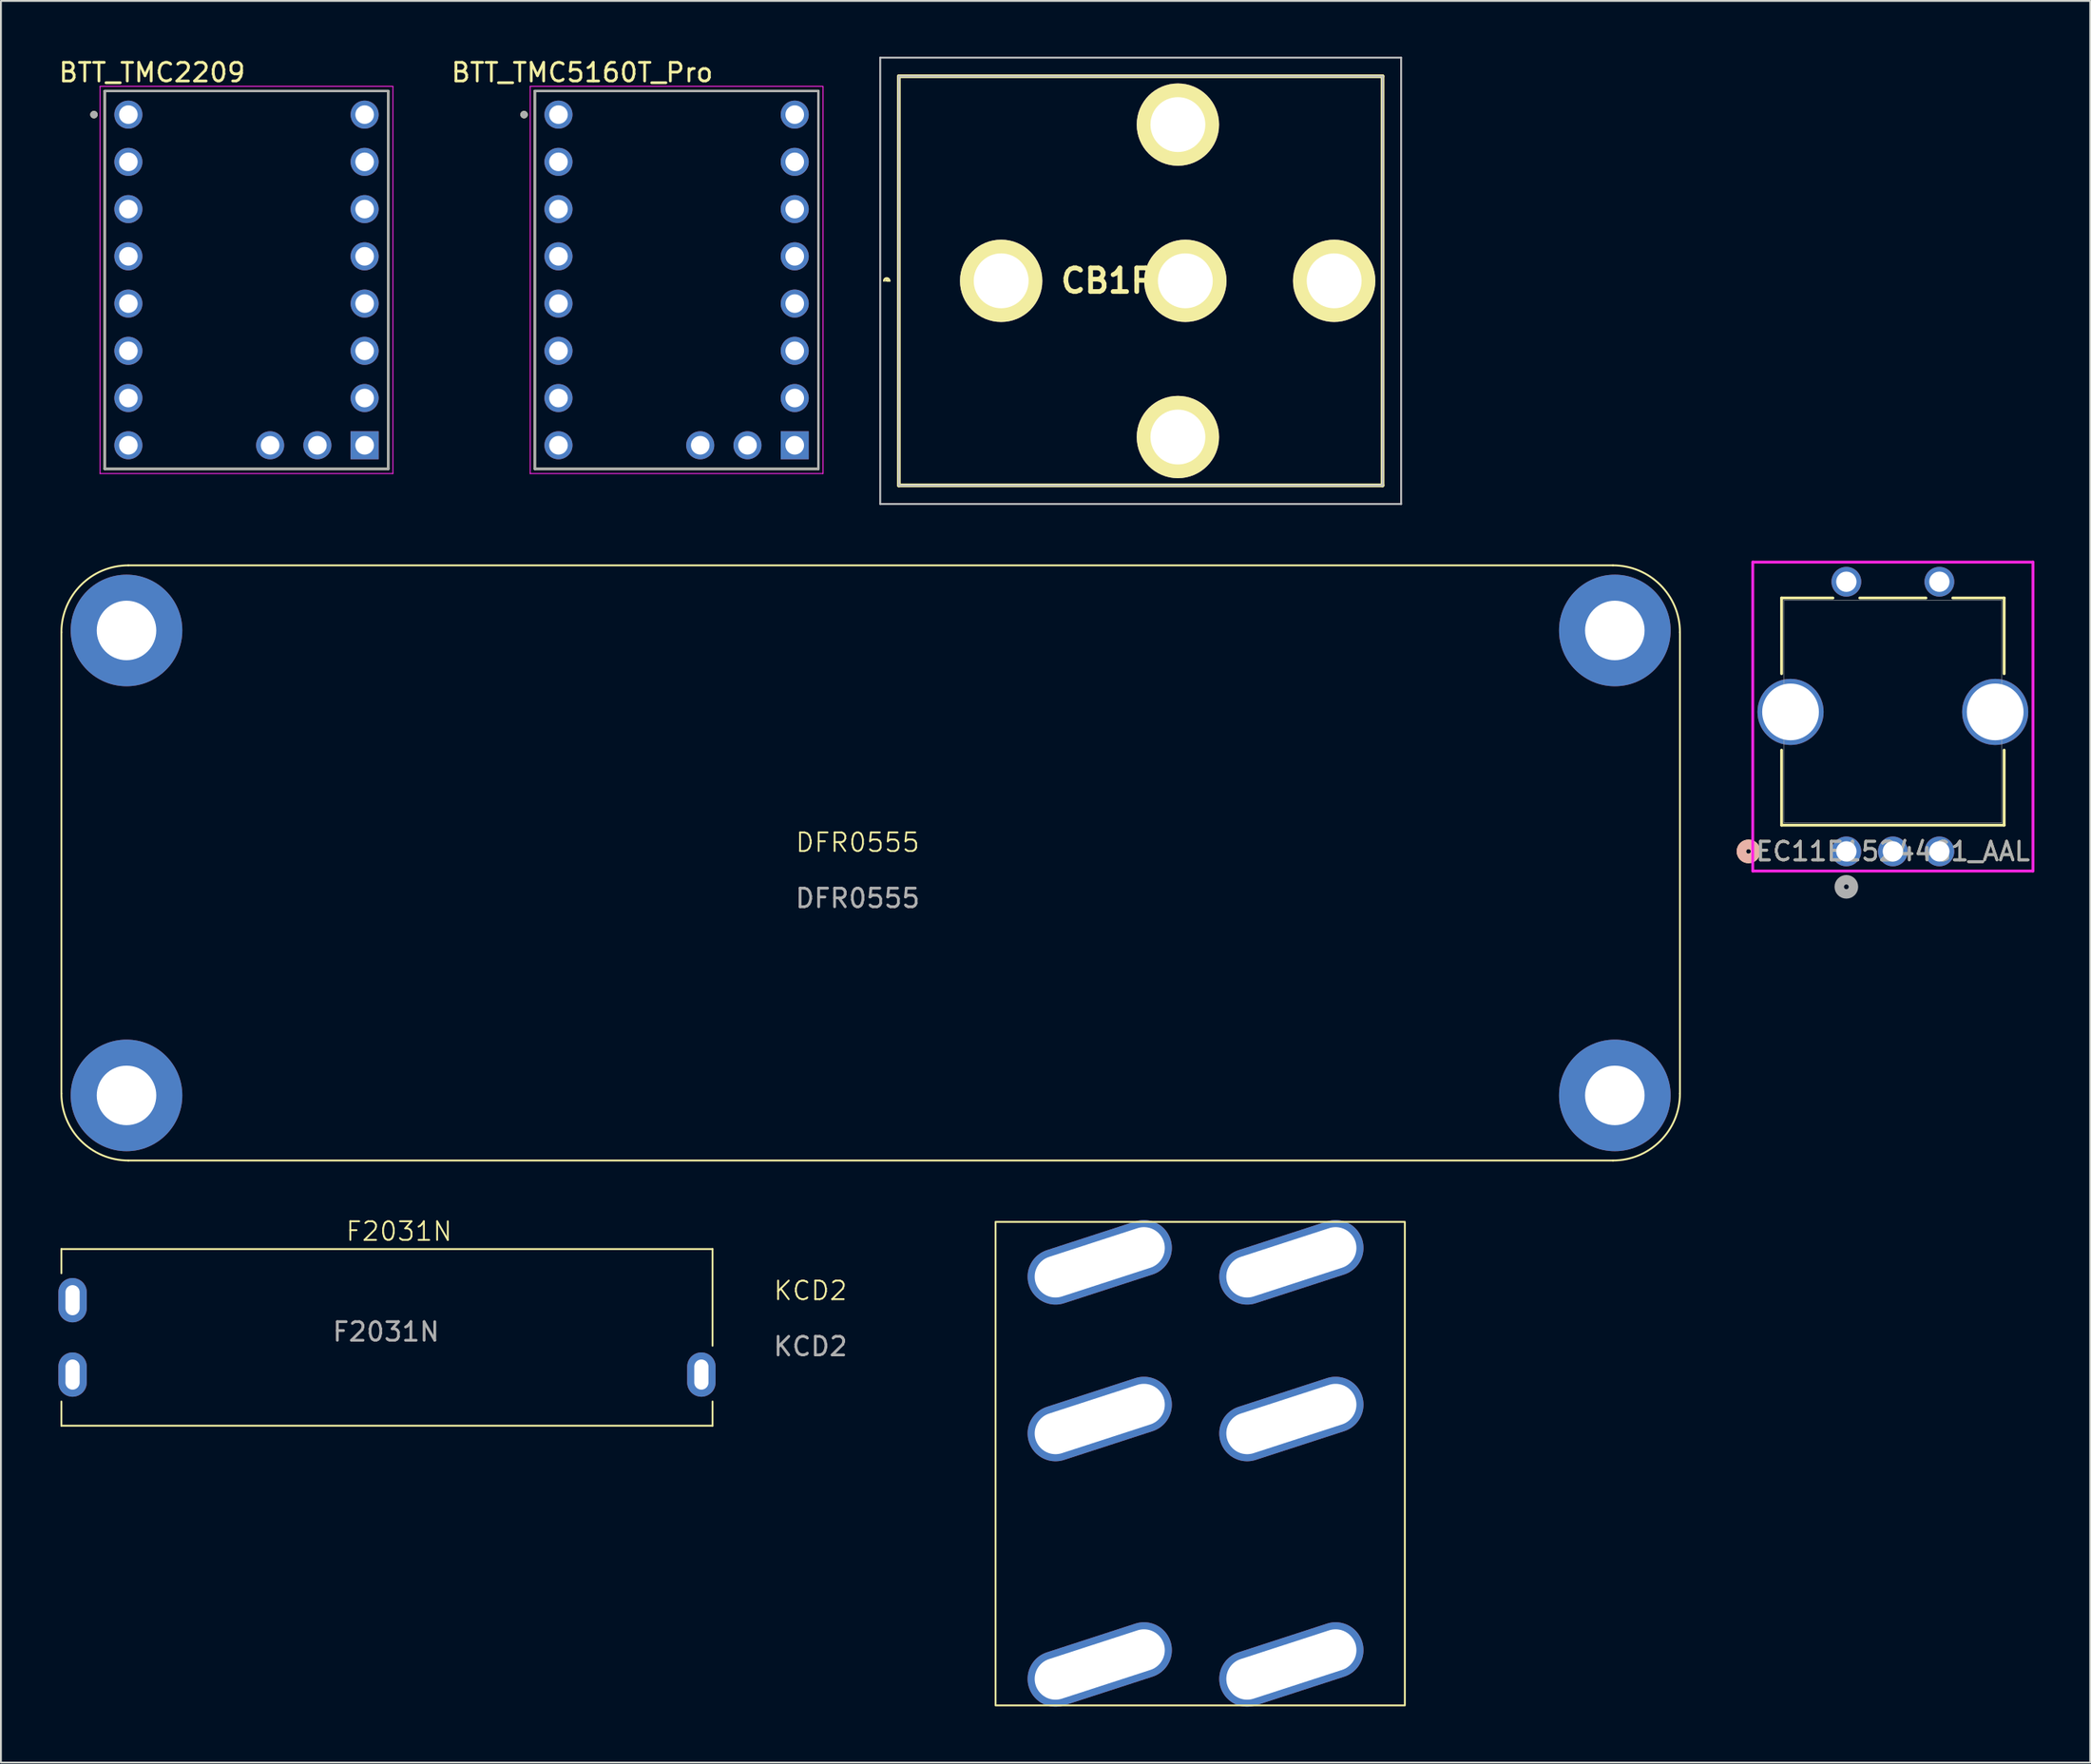
<source format=kicad_pcb>
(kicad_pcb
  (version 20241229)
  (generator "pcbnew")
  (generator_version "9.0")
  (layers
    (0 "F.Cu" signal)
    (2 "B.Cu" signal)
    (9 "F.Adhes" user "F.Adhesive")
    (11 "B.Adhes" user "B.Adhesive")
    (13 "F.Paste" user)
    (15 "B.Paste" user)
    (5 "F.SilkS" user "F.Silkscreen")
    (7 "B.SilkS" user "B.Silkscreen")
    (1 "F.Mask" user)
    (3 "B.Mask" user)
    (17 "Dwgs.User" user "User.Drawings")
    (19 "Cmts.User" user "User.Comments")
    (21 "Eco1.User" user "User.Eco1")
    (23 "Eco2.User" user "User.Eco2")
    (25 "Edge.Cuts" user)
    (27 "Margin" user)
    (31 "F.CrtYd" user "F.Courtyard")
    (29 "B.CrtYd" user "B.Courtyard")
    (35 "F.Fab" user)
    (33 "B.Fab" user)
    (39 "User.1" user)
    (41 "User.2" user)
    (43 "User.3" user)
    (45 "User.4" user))
  (footprint "BTT_TMC2209"
    (layer "F.Cu")
    (at 10.2 12.003)
    (property "Reference" "BTT_TMC2209" (at -5.075 -11.155 0) (layer "F.SilkS") (effects (font (size 1 1) (thickness 0.15))))
    (attr through_hole)
    (fp_line (start -7.62 -10.16) (end 7.62 -10.16) (stroke (width 0.127) (type solid)) (layer "F.SilkS"))
    (fp_line (start -7.62 10.16) (end -7.62 -10.16) (stroke (width 0.127) (type solid)) (layer "F.SilkS"))
    (fp_line (start 7.62 -10.16) (end 7.62 10.16) (stroke (width 0.127) (type solid)) (layer "F.SilkS"))
    (fp_line (start 7.62 10.16) (end -7.62 10.16) (stroke (width 0.127) (type solid)) (layer "F.SilkS"))
    (fp_circle (center -8.2 -8.89) (end -8.1 -8.89) (stroke (width 0.2) (type solid)) (fill no) (layer "F.SilkS"))
    (fp_line (start -7.87 -10.41) (end 7.87 -10.41) (stroke (width 0.05) (type solid)) (layer "F.CrtYd"))
    (fp_line (start -7.87 10.41) (end -7.87 -10.41) (stroke (width 0.05) (type solid)) (layer "F.CrtYd"))
    (fp_line (start 7.87 -10.41) (end 7.87 10.41) (stroke (width 0.05) (type solid)) (layer "F.CrtYd"))
    (fp_line (start 7.87 10.41) (end -7.87 10.41) (stroke (width 0.05) (type solid)) (layer "F.CrtYd"))
    (fp_line (start -7.62 -10.16) (end 7.62 -10.16) (stroke (width 0.127) (type solid)) (layer "F.Fab"))
    (fp_line (start -7.62 10.16) (end -7.62 -10.16) (stroke (width 0.127) (type solid)) (layer "F.Fab"))
    (fp_line (start 7.62 -10.16) (end 7.62 10.16) (stroke (width 0.127) (type solid)) (layer "F.Fab"))
    (fp_line (start 7.62 10.16) (end -7.62 10.16) (stroke (width 0.127) (type solid)) (layer "F.Fab"))
    (fp_circle (center -8.2 -8.89) (end -8.1 -8.89) (stroke (width 0.2) (type solid)) (fill no) (layer "F.Fab"))
    (pad "1" thru_hole rect (at 6.35 8.89) (size 1.508 1.508) (drill 1) (layers "*.Cu" "*.Mask"))
    (pad "2" thru_hole circle (at 6.35 6.35) (size 1.508 1.508) (drill 1) (layers "*.Cu" "*.Mask"))
    (pad "3" thru_hole circle (at 6.35 3.81) (size 1.508 1.508) (drill 1) (layers "*.Cu" "*.Mask"))
    (pad "4" thru_hole circle (at 6.35 1.27) (size 1.508 1.508) (drill 1) (layers "*.Cu" "*.Mask"))
    (pad "5" thru_hole circle (at 6.35 -1.27) (size 1.508 1.508) (drill 1) (layers "*.Cu" "*.Mask"))
    (pad "6" thru_hole circle (at 6.35 -3.81) (size 1.508 1.508) (drill 1) (layers "*.Cu" "*.Mask"))
    (pad "7" thru_hole circle (at 6.35 -6.35) (size 1.508 1.508) (drill 1) (layers "*.Cu" "*.Mask"))
    (pad "8" thru_hole circle (at 6.35 -8.89) (size 1.508 1.508) (drill 1) (layers "*.Cu" "*.Mask"))
    (pad "9" thru_hole circle (at -6.35 8.89) (size 1.508 1.508) (drill 1) (layers "*.Cu" "*.Mask"))
    (pad "10" thru_hole circle (at -6.35 6.35) (size 1.508 1.508) (drill 1) (layers "*.Cu" "*.Mask"))
    (pad "11" thru_hole circle (at -6.35 3.81) (size 1.508 1.508) (drill 1) (layers "*.Cu" "*.Mask"))
    (pad "12" thru_hole circle (at -6.35 1.27) (size 1.508 1.508) (drill 1) (layers "*.Cu" "*.Mask"))
    (pad "13" thru_hole circle (at -6.35 -1.27) (size 1.508 1.508) (drill 1) (layers "*.Cu" "*.Mask"))
    (pad "14" thru_hole circle (at -6.35 -3.81) (size 1.508 1.508) (drill 1) (layers "*.Cu" "*.Mask"))
    (pad "15" thru_hole circle (at -6.35 -6.35) (size 1.508 1.508) (drill 1) (layers "*.Cu" "*.Mask"))
    (pad "16" thru_hole circle (at -6.35 -8.89) (size 1.508 1.508) (drill 1) (layers "*.Cu" "*.Mask"))
    (pad "17" thru_hole circle (at 3.81 8.89) (size 1.508 1.508) (drill 1) (layers "*.Cu" "*.Mask"))
    (pad "18" thru_hole circle (at 1.27 8.89) (size 1.508 1.508) (drill 1) (layers "*.Cu" "*.Mask")))
  (footprint "DFR0555"
    (layer "F.Cu")
    (at 0.25 27.35)
    (property "Reference" "DFR0555" (at 42.8 14.9 0) (unlocked yes) (layer "F.SilkS") (effects (font (size 1 1) (thickness 0.1))))
    (attr through_hole)
    (fp_line (start 0 28.4) (end 0 3.6) (stroke (width 0.1) (type default)) (layer "F.SilkS"))
    (fp_line (start 3.6 0) (end 83.4 0) (stroke (width 0.1) (type default)) (layer "F.SilkS"))
    (fp_line (start 83.4 32) (end 3.6 32) (stroke (width 0.1) (type default)) (layer "F.SilkS"))
    (fp_line (start 87 3.6) (end 87 28.4) (stroke (width 0.1) (type default)) (layer "F.SilkS"))
    (fp_arc (start 0 3.6) (mid 1.054416 1.054416) (end 3.6 0) (stroke (width 0.1) (type default)) (layer "F.SilkS"))
    (fp_arc (start 3.6 32) (mid 1.054416 30.945584) (end 0 28.4) (stroke (width 0.1) (type default)) (layer "F.SilkS"))
    (fp_arc (start 83.4 0) (mid 85.945584 1.054416) (end 87 3.6) (stroke (width 0.1) (type default)) (layer "F.SilkS"))
    (fp_arc (start 87 28.4) (mid 85.945584 30.945584) (end 83.4 32) (stroke (width 0.1) (type default)) (layer "F.SilkS"))
    (fp_text user "${REFERENCE}" (at 42.8 17.9 0) (unlocked yes) (layer "F.Fab") (effects (font (size 1 1) (thickness 0.15))))
    (pad "1" thru_hole circle (at 3.5 3.5) (size 6 6) (drill 3.2) (layers "*.Cu" "*.Mask"))
    (pad "1" thru_hole circle (at 3.5 28.5) (size 6 6) (drill 3.2) (layers "*.Cu" "*.Mask"))
    (pad "1" thru_hole circle (at 83.5 3.5) (size 6 6) (drill 3.2) (layers "*.Cu" "*.Mask"))
    (pad "1" thru_hole circle (at 83.5 28.5) (size 6 6) (drill 3.2) (layers "*.Cu" "*.Mask")))
  (footprint "EC11E15244G1_AAL"
    (layer "F.Cu")
    (at 96.195 42.73)
    (property "Reference" "EC11E15244G1_AAL" (at 2.5 0 0) (unlocked yes) (layer "F.SilkS") (effects (font (size 1 1) (thickness 0.15))))
    (attr through_hole)
    (fp_line (start -3.482 -13.627) (end -3.482 -9.555) (stroke (width 0.152) (type solid)) (layer "F.SilkS"))
    (fp_line (start -3.482 -5.445) (end -3.482 -1.41) (stroke (width 0.152) (type solid)) (layer "F.SilkS"))
    (fp_line (start -3.482 -1.41) (end 8.482 -1.41) (stroke (width 0.152) (type solid)) (layer "F.SilkS"))
    (fp_line (start -0.722 -13.627) (end -3.482 -13.627) (stroke (width 0.152) (type solid)) (layer "F.SilkS"))
    (fp_line (start 4.278 -13.627) (end 0.722 -13.627) (stroke (width 0.152) (type solid)) (layer "F.SilkS"))
    (fp_line (start 8.482 -13.627) (end 5.722 -13.627) (stroke (width 0.152) (type solid)) (layer "F.SilkS"))
    (fp_line (start 8.482 -9.555) (end 8.482 -13.627) (stroke (width 0.152) (type solid)) (layer "F.SilkS"))
    (fp_line (start 8.482 -1.41) (end 8.482 -5.445) (stroke (width 0.152) (type solid)) (layer "F.SilkS"))
    (fp_circle (center -5.26 0) (end -4.879 0) (stroke (width 0.508) (type solid)) (fill no) (layer "F.SilkS"))
    (fp_circle (center -5.26 0) (end -4.879 0) (stroke (width 0.508) (type solid)) (fill no) (layer "B.SilkS"))
    (fp_line (start -5.032 -15.554) (end -5.032 1.054) (stroke (width 0.152) (type solid)) (layer "F.CrtYd"))
    (fp_line (start -5.032 1.054) (end 10.032 1.054) (stroke (width 0.152) (type solid)) (layer "F.CrtYd"))
    (fp_line (start 10.032 -15.554) (end -5.032 -15.554) (stroke (width 0.152) (type solid)) (layer "F.CrtYd"))
    (fp_line (start 10.032 1.054) (end 10.032 -15.554) (stroke (width 0.152) (type solid)) (layer "F.CrtYd"))
    (fp_line (start -3.355 -13.5) (end -3.355 -1.537) (stroke (width 0.025) (type solid)) (layer "F.Fab"))
    (fp_line (start -3.355 -1.537) (end 8.355 -1.537) (stroke (width 0.025) (type solid)) (layer "F.Fab"))
    (fp_line (start 8.355 -13.5) (end -3.355 -13.5) (stroke (width 0.025) (type solid)) (layer "F.Fab"))
    (fp_line (start 8.355 -1.537) (end 8.355 -13.5) (stroke (width 0.025) (type solid)) (layer "F.Fab"))
    (fp_circle (center 0 1.905) (end 0.381 1.905) (stroke (width 0.508) (type solid)) (fill no) (layer "F.Fab"))
    (fp_text user "${REFERENCE}" (at 2.5 0 0) (unlocked yes) (layer "F.Fab") (effects (font (size 1 1) (thickness 0.15))))
    (pad "6" thru_hole circle (at -3 -7.5) (size 3.556 3.556) (drill 3.048) (layers "*.Cu" "*.Mask"))
    (pad "7" thru_hole circle (at 8 -7.5) (size 3.556 3.556) (drill 3.048) (layers "*.Cu" "*.Mask"))
    (pad "A" thru_hole circle (at 0 0) (size 1.6 1.6) (drill 1.092) (layers "*.Cu" "*.Mask"))
    (pad "B" thru_hole circle (at 5 0) (size 1.6 1.6) (drill 1.092) (layers "*.Cu" "*.Mask"))
    (pad "C" thru_hole circle (at 2.5 0) (size 1.6 1.6) (drill 1.092) (layers "*.Cu" "*.Mask"))
    (pad "D" thru_hole circle (at 0 -14.5) (size 1.6 1.6) (drill 1.092) (layers "*.Cu" "*.Mask"))
    (pad "E" thru_hole circle (at 5 -14.5) (size 1.6 1.6) (drill 1.092) (layers "*.Cu" "*.Mask")))
  (footprint "BTT_TMC5160T_Pro"
    (layer "F.Cu")
    (at 33.319 12.003)
    (property "Reference" "BTT_TMC5160T_Pro" (at -5.075 -11.155 0) (layer "F.SilkS") (effects (font (size 1 1) (thickness 0.15))))
    (attr through_hole)
    (fp_line (start -7.62 -10.16) (end 7.62 -10.16) (stroke (width 0.127) (type solid)) (layer "F.SilkS"))
    (fp_line (start -7.62 10.16) (end -7.62 -10.16) (stroke (width 0.127) (type solid)) (layer "F.SilkS"))
    (fp_line (start 7.62 -10.16) (end 7.62 10.16) (stroke (width 0.127) (type solid)) (layer "F.SilkS"))
    (fp_line (start 7.62 10.16) (end -7.62 10.16) (stroke (width 0.127) (type solid)) (layer "F.SilkS"))
    (fp_circle (center -8.2 -8.89) (end -8.1 -8.89) (stroke (width 0.2) (type solid)) (fill no) (layer "F.SilkS"))
    (fp_line (start -7.87 -10.41) (end 7.87 -10.41) (stroke (width 0.05) (type solid)) (layer "F.CrtYd"))
    (fp_line (start -7.87 10.41) (end -7.87 -10.41) (stroke (width 0.05) (type solid)) (layer "F.CrtYd"))
    (fp_line (start 7.87 -10.41) (end 7.87 10.41) (stroke (width 0.05) (type solid)) (layer "F.CrtYd"))
    (fp_line (start 7.87 10.41) (end -7.87 10.41) (stroke (width 0.05) (type solid)) (layer "F.CrtYd"))
    (fp_line (start -7.62 -10.16) (end 7.62 -10.16) (stroke (width 0.127) (type solid)) (layer "F.Fab"))
    (fp_line (start -7.62 10.16) (end -7.62 -10.16) (stroke (width 0.127) (type solid)) (layer "F.Fab"))
    (fp_line (start 7.62 -10.16) (end 7.62 10.16) (stroke (width 0.127) (type solid)) (layer "F.Fab"))
    (fp_line (start 7.62 10.16) (end -7.62 10.16) (stroke (width 0.127) (type solid)) (layer "F.Fab"))
    (fp_circle (center -8.2 -8.89) (end -8.1 -8.89) (stroke (width 0.2) (type solid)) (fill no) (layer "F.Fab"))
    (pad "1" thru_hole rect (at 6.35 8.89) (size 1.508 1.508) (drill 1) (layers "*.Cu" "*.Mask"))
    (pad "2" thru_hole circle (at 6.35 6.35) (size 1.508 1.508) (drill 1) (layers "*.Cu" "*.Mask"))
    (pad "3" thru_hole circle (at 6.35 3.81) (size 1.508 1.508) (drill 1) (layers "*.Cu" "*.Mask"))
    (pad "4" thru_hole circle (at 6.35 1.27) (size 1.508 1.508) (drill 1) (layers "*.Cu" "*.Mask"))
    (pad "5" thru_hole circle (at 6.35 -1.27) (size 1.508 1.508) (drill 1) (layers "*.Cu" "*.Mask"))
    (pad "6" thru_hole circle (at 6.35 -3.81) (size 1.508 1.508) (drill 1) (layers "*.Cu" "*.Mask"))
    (pad "7" thru_hole circle (at 6.35 -6.35) (size 1.508 1.508) (drill 1) (layers "*.Cu" "*.Mask"))
    (pad "8" thru_hole circle (at 6.35 -8.89) (size 1.508 1.508) (drill 1) (layers "*.Cu" "*.Mask"))
    (pad "9" thru_hole circle (at -6.35 8.89) (size 1.508 1.508) (drill 1) (layers "*.Cu" "*.Mask"))
    (pad "10" thru_hole circle (at -6.35 6.35) (size 1.508 1.508) (drill 1) (layers "*.Cu" "*.Mask"))
    (pad "11" thru_hole circle (at -6.35 3.81) (size 1.508 1.508) (drill 1) (layers "*.Cu" "*.Mask"))
    (pad "12" thru_hole circle (at -6.35 1.27) (size 1.508 1.508) (drill 1) (layers "*.Cu" "*.Mask"))
    (pad "13" thru_hole circle (at -6.35 -1.27) (size 1.508 1.508) (drill 1) (layers "*.Cu" "*.Mask"))
    (pad "14" thru_hole circle (at -6.35 -3.81) (size 1.508 1.508) (drill 1) (layers "*.Cu" "*.Mask"))
    (pad "15" thru_hole circle (at -6.35 -6.35) (size 1.508 1.508) (drill 1) (layers "*.Cu" "*.Mask"))
    (pad "16" thru_hole circle (at -6.35 -8.89) (size 1.508 1.508) (drill 1) (layers "*.Cu" "*.Mask"))
    (pad "17" thru_hole circle (at 3.81 8.89) (size 1.508 1.508) (drill 1) (layers "*.Cu" "*.Mask"))
    (pad "18" thru_hole circle (at 1.27 8.89) (size 1.508 1.508) (drill 1) (layers "*.Cu" "*.Mask")))
  (footprint "KCD2"
    (layer "F.Cu")
    (at 50.463 62.65)
    (property "Reference" "KCD2" (at -9.95 3.7 0) (unlocked yes) (layer "F.SilkS") (effects (font (size 1 1) (thickness 0.1))))
    (attr through_hole)
    (fp_rect (start 0 0) (end 22 26) (stroke (width 0.1) (type default)) (fill no) (layer "F.SilkS"))
    (fp_text user "${REFERENCE}" (at -9.95 6.7 0) (unlocked yes) (layer "F.Fab") (effects (font (size 1 1) (thickness 0.15))))
    (pad "1" thru_hole oval (at 5.6 2.175 288) (size 3 8) (drill oval 2.238 7.238) (layers "*.Cu" "*.Mask"))
    (pad "2" thru_hole oval (at 5.6 10.6 288) (size 3 8) (drill oval 2.238 7.238) (layers "*.Cu" "*.Mask"))
    (pad "3" thru_hole oval (at 5.6 23.8 288) (size 3 8) (drill oval 2.238 7.238) (layers "*.Cu" "*.Mask"))
    (pad "4" thru_hole oval (at 15.9 2.175 288) (size 3 8) (drill oval 2.238 7.238) (layers "*.Cu" "*.Mask"))
    (pad "5" thru_hole oval (at 15.9 10.6 288) (size 3 8) (drill oval 2.238 7.238) (layers "*.Cu" "*.Mask"))
    (pad "6" thru_hole oval (at 15.9 23.8 288) (size 3 8) (drill oval 2.238 7.238) (layers "*.Cu" "*.Mask")))
  (footprint "F2031N"
    (layer "F.Cu")
    (at 0.25 64.111)
    (property "Reference" "F2031N" (at 18.15 -0.95 0) (unlocked yes) (layer "F.SilkS") (effects (font (size 1 1) (thickness 0.1))))
    (attr through_hole)
    (fp_line (start 0 0) (end 35 0) (stroke (width 0.1) (type default)) (layer "F.SilkS"))
    (fp_line (start 0 1.3) (end 0 0) (stroke (width 0.1) (type default)) (layer "F.SilkS"))
    (fp_line (start 0 9.5) (end 0 8.2) (stroke (width 0.1) (type default)) (layer "F.SilkS"))
    (fp_line (start 35 0) (end 35 5.2) (stroke (width 0.1) (type default)) (layer "F.SilkS"))
    (fp_line (start 35 8.2) (end 35 9.5) (stroke (width 0.1) (type default)) (layer "F.SilkS"))
    (fp_line (start 35 9.5) (end 0 9.5) (stroke (width 0.1) (type default)) (layer "F.SilkS"))
    (fp_text user "${REFERENCE}" (at 17.45 4.45 0) (unlocked yes) (layer "F.Fab") (effects (font (size 1 1) (thickness 0.15))))
    (pad "1" thru_hole oval (at 0.6 6.75) (size 1.524 2.382) (drill oval 0.762 1.62) (layers "*.Cu" "*.Mask"))
    (pad "2" thru_hole oval (at 0.6 2.75) (size 1.524 2.382) (drill oval 0.762 1.62) (layers "*.Cu" "*.Mask"))
    (pad "3" thru_hole oval (at 34.4 6.75) (size 1.524 2.382) (drill oval 0.762 1.62) (layers "*.Cu" "*.Mask")))
  (footprint "CB1P12V"
    (layer "F.Cu")
    (at 50.764 12.05)
    (property "Reference" "CB1P12V" (at 7.5 0 0) (layer "F.SilkS") (effects (font (size 1.27 1.27) (thickness 0.254))))
    (attr through_hole exclude_from_pos_files)
    (fp_line (start -6.1 0) (end -6.1 0) (stroke (width 0.1) (type solid)) (layer "F.SilkS"))
    (fp_line (start -6 0) (end -6 0) (stroke (width 0.1) (type solid)) (layer "F.SilkS"))
    (fp_line (start -5.5 -11) (end -5.5 11) (stroke (width 0.2) (type solid)) (layer "F.SilkS"))
    (fp_line (start -5.5 11) (end 20.5 11) (stroke (width 0.2) (type solid)) (layer "F.SilkS"))
    (fp_line (start 20.5 -11) (end -5.5 -11) (stroke (width 0.2) (type solid)) (layer "F.SilkS"))
    (fp_line (start 20.5 11) (end 20.5 -11) (stroke (width 0.2) (type solid)) (layer "F.SilkS"))
    (fp_arc (start -6.3 0) (mid -6.15 -0.15) (end -6 0) (stroke (width 0.1) (type solid)) (layer "F.SilkS"))
    (fp_arc (start -6.2 0) (mid -6.15 -0.05) (end -6.1 0) (stroke (width 0.1) (type solid)) (layer "F.SilkS"))
    (fp_line (start -6.5 -12) (end -6.5 12) (stroke (width 0.1) (type solid)) (layer "Dwgs.User"))
    (fp_line (start -6.5 12) (end 21.5 12) (stroke (width 0.1) (type solid)) (layer "Dwgs.User"))
    (fp_line (start -5.5 -11) (end -5.5 11) (stroke (width 0.1) (type solid)) (layer "Dwgs.User"))
    (fp_line (start -5.5 11) (end 20.5 11) (stroke (width 0.1) (type solid)) (layer "Dwgs.User"))
    (fp_line (start 20.5 -11) (end -5.5 -11) (stroke (width 0.1) (type solid)) (layer "Dwgs.User"))
    (fp_line (start 20.5 11) (end 20.5 -11) (stroke (width 0.1) (type solid)) (layer "Dwgs.User"))
    (fp_line (start 21.5 -12) (end -6.5 -12) (stroke (width 0.1) (type solid)) (layer "Dwgs.User"))
    (fp_line (start 21.5 12) (end 21.5 -12) (stroke (width 0.1) (type solid)) (layer "Dwgs.User"))
    (pad "11" thru_hole circle (at 0 0 90) (size 4.425 4.425) (drill 2.95) (layers "*.Cu" "*.Mask" "F.SilkS"))
    (pad "12" thru_hole circle (at 9.9 0 90) (size 4.425 4.425) (drill 2.95) (layers "*.Cu" "*.Mask" "F.SilkS"))
    (pad "14" thru_hole circle (at 17.9 0 90) (size 4.425 4.425) (drill 2.95) (layers "*.Cu" "*.Mask" "F.SilkS"))
    (pad "A1" thru_hole circle (at 9.5 -8.4 90) (size 4.425 4.425) (drill 2.95) (layers "*.Cu" "*.Mask" "F.SilkS"))
    (pad "A2" thru_hole circle (at 9.5 8.4 90) (size 4.425 4.425) (drill 2.95) (layers "*.Cu" "*.Mask" "F.SilkS")))
  (gr_rect
    (start -3 -3)
    (end 109.303 91.723)
    (stroke (width 0.1) (type default))
    (fill no)
    (layer "Edge.Cuts")))
</source>
